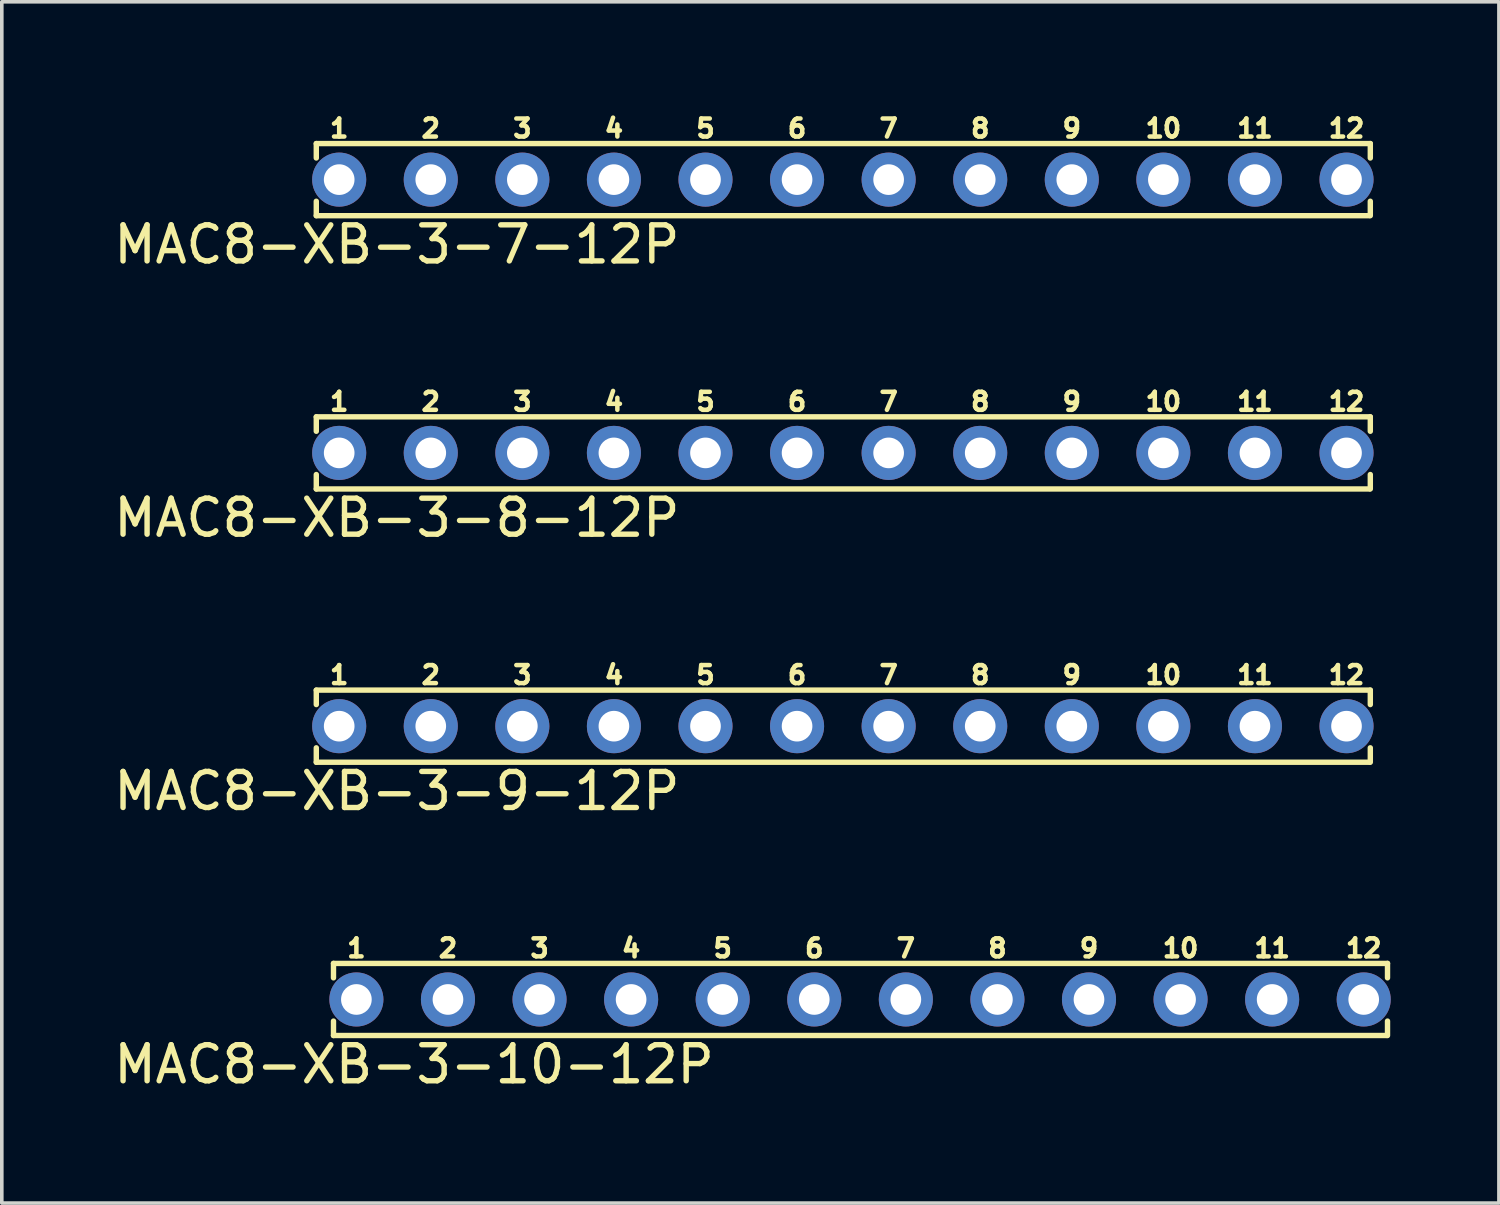
<source format=kicad_pcb>
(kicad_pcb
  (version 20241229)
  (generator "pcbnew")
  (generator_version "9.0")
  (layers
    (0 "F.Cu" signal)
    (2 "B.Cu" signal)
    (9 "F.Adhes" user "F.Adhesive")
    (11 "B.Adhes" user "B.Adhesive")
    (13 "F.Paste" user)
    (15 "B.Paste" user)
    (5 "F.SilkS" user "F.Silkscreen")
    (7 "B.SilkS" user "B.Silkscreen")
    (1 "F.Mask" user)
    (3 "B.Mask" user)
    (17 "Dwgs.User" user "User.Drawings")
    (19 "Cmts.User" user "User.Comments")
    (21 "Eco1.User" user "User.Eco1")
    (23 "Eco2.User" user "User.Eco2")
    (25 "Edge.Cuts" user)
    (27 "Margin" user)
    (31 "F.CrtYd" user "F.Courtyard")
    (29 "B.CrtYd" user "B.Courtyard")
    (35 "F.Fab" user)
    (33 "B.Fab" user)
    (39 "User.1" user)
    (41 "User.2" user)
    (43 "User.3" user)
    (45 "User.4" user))
  (footprint "MAC8-XB-3-9-12P"
    (layer "F.Cu")
    (at 6.358 17.092)
    (property "Reference" "MAC8-XB-3-9-12P" (at 1.6 1.8 0) (layer "F.SilkS") (effects (font (size 1 1) (thickness 0.15))))
    (attr through_hole)
    (fp_line (start -0.635 -1) (end -0.635 -0.6) (stroke (width 0.15) (type solid)) (layer "F.SilkS"))
    (fp_line (start -0.635 -1) (end 28.6 -1) (stroke (width 0.15) (type solid)) (layer "F.SilkS"))
    (fp_line (start -0.635 1) (end -0.635 0.6) (stroke (width 0.15) (type solid)) (layer "F.SilkS"))
    (fp_line (start -0.635 1) (end 28.575 1) (stroke (width 0.15) (type solid)) (layer "F.SilkS"))
    (fp_line (start 28.6 -1) (end 28.6 -0.6) (stroke (width 0.15) (type solid)) (layer "F.SilkS"))
    (fp_line (start 28.6 0.6) (end 28.6 1) (stroke (width 0.15) (type solid)) (layer "F.SilkS"))
    (fp_text user "12" (at 27.94 -1.42 0) (layer "F.SilkS") (effects (font (size 0.5 0.5) (thickness 0.125))))
    (fp_text user "7" (at 15.24 -1.42 0) (layer "F.SilkS") (effects (font (size 0.5 0.5) (thickness 0.125))))
    (fp_text user "2" (at 2.54 -1.42 0) (layer "F.SilkS") (effects (font (size 0.5 0.5) (thickness 0.125))))
    (fp_text user "10" (at 22.86 -1.42 0) (layer "F.SilkS") (effects (font (size 0.5 0.5) (thickness 0.125))))
    (fp_text user "4" (at 7.62 -1.42 0) (layer "F.SilkS") (effects (font (size 0.5 0.5) (thickness 0.125))))
    (fp_text user "9" (at 20.32 -1.42 0) (layer "F.SilkS") (effects (font (size 0.5 0.5) (thickness 0.125))))
    (fp_text user "3" (at 5.08 -1.42 0) (layer "F.SilkS") (effects (font (size 0.5 0.5) (thickness 0.125))))
    (fp_text user "6" (at 12.7 -1.42 0) (layer "F.SilkS") (effects (font (size 0.5 0.5) (thickness 0.125))))
    (fp_text user "5" (at 10.16 -1.42 0) (layer "F.SilkS") (effects (font (size 0.5 0.5) (thickness 0.125))))
    (fp_text user "8" (at 17.78 -1.42 0) (layer "F.SilkS") (effects (font (size 0.5 0.5) (thickness 0.125))))
    (fp_text user "11" (at 25.4 -1.42 0) (layer "F.SilkS") (effects (font (size 0.5 0.5) (thickness 0.125))))
    (fp_text user "1" (at 0 -1.42 0) (layer "F.SilkS") (effects (font (size 0.5 0.5) (thickness 0.125))))
    (pad "1" thru_hole circle (at 0 0 90) (size 1.5 1.5) (drill 0.85) (layers "*.Cu" "*.Mask"))
    (pad "2" thru_hole circle (at 2.54 0) (size 1.5 1.5) (drill 0.85) (layers "*.Cu" "*.Mask"))
    (pad "3" thru_hole circle (at 5.08 0) (size 1.5 1.5) (drill 0.85) (layers "*.Cu" "*.Mask"))
    (pad "4" thru_hole circle (at 7.62 0) (size 1.5 1.5) (drill 0.85) (layers "*.Cu" "*.Mask"))
    (pad "5" thru_hole circle (at 10.16 0) (size 1.5 1.5) (drill 0.85) (layers "*.Cu" "*.Mask"))
    (pad "6" thru_hole circle (at 12.7 0) (size 1.5 1.5) (drill 0.85) (layers "*.Cu" "*.Mask"))
    (pad "7" thru_hole circle (at 15.24 0) (size 1.5 1.5) (drill 0.85) (layers "*.Cu" "*.Mask"))
    (pad "8" thru_hole circle (at 17.78 0) (size 1.5 1.5) (drill 0.85) (layers "*.Cu" "*.Mask"))
    (pad "9" thru_hole circle (at 20.32 0) (size 1.5 1.5) (drill 0.85) (layers "*.Cu" "*.Mask"))
    (pad "10" thru_hole circle (at 22.86 0) (size 1.5 1.5) (drill 0.85) (layers "*.Cu" "*.Mask"))
    (pad "11" thru_hole circle (at 25.4 0) (size 1.5 1.5) (drill 0.85) (layers "*.Cu" "*.Mask"))
    (pad "12" thru_hole circle (at 27.94 0) (size 1.5 1.5) (drill 0.85) (layers "*.Cu" "*.Mask")))
  (footprint "MAC8-XB-3-10-12P"
    (layer "F.Cu")
    (at 6.835 24.672)
    (property "Reference" "MAC8-XB-3-10-12P" (at 1.6 1.8 0) (layer "F.SilkS") (effects (font (size 1 1) (thickness 0.15))))
    (attr through_hole)
    (fp_line (start -0.635 -1) (end -0.635 -0.6) (stroke (width 0.15) (type solid)) (layer "F.SilkS"))
    (fp_line (start -0.635 -1) (end 28.6 -1) (stroke (width 0.15) (type solid)) (layer "F.SilkS"))
    (fp_line (start -0.635 1) (end -0.635 0.6) (stroke (width 0.15) (type solid)) (layer "F.SilkS"))
    (fp_line (start -0.635 1) (end 28.575 1) (stroke (width 0.15) (type solid)) (layer "F.SilkS"))
    (fp_line (start 28.6 -1) (end 28.6 -0.6) (stroke (width 0.15) (type solid)) (layer "F.SilkS"))
    (fp_line (start 28.6 0.6) (end 28.6 1) (stroke (width 0.15) (type solid)) (layer "F.SilkS"))
    (fp_text user "4" (at 7.62 -1.42 0) (layer "F.SilkS") (effects (font (size 0.5 0.5) (thickness 0.125))))
    (fp_text user "1" (at 0 -1.42 0) (layer "F.SilkS") (effects (font (size 0.5 0.5) (thickness 0.125))))
    (fp_text user "5" (at 10.16 -1.42 0) (layer "F.SilkS") (effects (font (size 0.5 0.5) (thickness 0.125))))
    (fp_text user "2" (at 2.54 -1.42 0) (layer "F.SilkS") (effects (font (size 0.5 0.5) (thickness 0.125))))
    (fp_text user "7" (at 15.24 -1.42 0) (layer "F.SilkS") (effects (font (size 0.5 0.5) (thickness 0.125))))
    (fp_text user "8" (at 17.78 -1.42 0) (layer "F.SilkS") (effects (font (size 0.5 0.5) (thickness 0.125))))
    (fp_text user "12" (at 27.94 -1.42 0) (layer "F.SilkS") (effects (font (size 0.5 0.5) (thickness 0.125))))
    (fp_text user "9" (at 20.32 -1.42 0) (layer "F.SilkS") (effects (font (size 0.5 0.5) (thickness 0.125))))
    (fp_text user "6" (at 12.7 -1.42 0) (layer "F.SilkS") (effects (font (size 0.5 0.5) (thickness 0.125))))
    (fp_text user "3" (at 5.08 -1.42 0) (layer "F.SilkS") (effects (font (size 0.5 0.5) (thickness 0.125))))
    (fp_text user "11" (at 25.4 -1.42 0) (layer "F.SilkS") (effects (font (size 0.5 0.5) (thickness 0.125))))
    (fp_text user "10" (at 22.86 -1.42 0) (layer "F.SilkS") (effects (font (size 0.5 0.5) (thickness 0.125))))
    (pad "1" thru_hole circle (at 0 0 90) (size 1.5 1.5) (drill 0.85) (layers "*.Cu" "*.Mask"))
    (pad "2" thru_hole circle (at 2.54 0) (size 1.5 1.5) (drill 0.85) (layers "*.Cu" "*.Mask"))
    (pad "3" thru_hole circle (at 5.08 0) (size 1.5 1.5) (drill 0.85) (layers "*.Cu" "*.Mask"))
    (pad "4" thru_hole circle (at 7.62 0) (size 1.5 1.5) (drill 0.85) (layers "*.Cu" "*.Mask"))
    (pad "5" thru_hole circle (at 10.16 0) (size 1.5 1.5) (drill 0.85) (layers "*.Cu" "*.Mask"))
    (pad "6" thru_hole circle (at 12.7 0) (size 1.5 1.5) (drill 0.85) (layers "*.Cu" "*.Mask"))
    (pad "7" thru_hole circle (at 15.24 0) (size 1.5 1.5) (drill 0.85) (layers "*.Cu" "*.Mask"))
    (pad "8" thru_hole circle (at 17.78 0) (size 1.5 1.5) (drill 0.85) (layers "*.Cu" "*.Mask"))
    (pad "9" thru_hole circle (at 20.32 0) (size 1.5 1.5) (drill 0.85) (layers "*.Cu" "*.Mask"))
    (pad "10" thru_hole circle (at 22.86 0) (size 1.5 1.5) (drill 0.85) (layers "*.Cu" "*.Mask"))
    (pad "11" thru_hole circle (at 25.4 0) (size 1.5 1.5) (drill 0.85) (layers "*.Cu" "*.Mask"))
    (pad "12" thru_hole circle (at 27.94 0) (size 1.5 1.5) (drill 0.85) (layers "*.Cu" "*.Mask")))
  (footprint "MAC8-XB-3-8-12P"
    (layer "F.Cu")
    (at 6.358 9.512)
    (property "Reference" "MAC8-XB-3-8-12P" (at 1.6 1.8 0) (layer "F.SilkS") (effects (font (size 1 1) (thickness 0.15))))
    (attr through_hole)
    (fp_line (start -0.635 -1) (end -0.635 -0.6) (stroke (width 0.15) (type solid)) (layer "F.SilkS"))
    (fp_line (start -0.635 -1) (end 28.6 -1) (stroke (width 0.15) (type solid)) (layer "F.SilkS"))
    (fp_line (start -0.635 1) (end -0.635 0.6) (stroke (width 0.15) (type solid)) (layer "F.SilkS"))
    (fp_line (start -0.635 1) (end 28.575 1) (stroke (width 0.15) (type solid)) (layer "F.SilkS"))
    (fp_line (start 28.6 -1) (end 28.6 -0.6) (stroke (width 0.15) (type solid)) (layer "F.SilkS"))
    (fp_line (start 28.6 0.6) (end 28.6 1) (stroke (width 0.15) (type solid)) (layer "F.SilkS"))
    (fp_text user "2" (at 2.54 -1.42 0) (layer "F.SilkS") (effects (font (size 0.5 0.5) (thickness 0.125))))
    (fp_text user "7" (at 15.24 -1.42 0) (layer "F.SilkS") (effects (font (size 0.5 0.5) (thickness 0.125))))
    (fp_text user "9" (at 20.32 -1.42 0) (layer "F.SilkS") (effects (font (size 0.5 0.5) (thickness 0.125))))
    (fp_text user "5" (at 10.16 -1.42 0) (layer "F.SilkS") (effects (font (size 0.5 0.5) (thickness 0.125))))
    (fp_text user "1" (at 0 -1.42 0) (layer "F.SilkS") (effects (font (size 0.5 0.5) (thickness 0.125))))
    (fp_text user "12" (at 27.94 -1.42 0) (layer "F.SilkS") (effects (font (size 0.5 0.5) (thickness 0.125))))
    (fp_text user "11" (at 25.4 -1.42 0) (layer "F.SilkS") (effects (font (size 0.5 0.5) (thickness 0.125))))
    (fp_text user "8" (at 17.78 -1.42 0) (layer "F.SilkS") (effects (font (size 0.5 0.5) (thickness 0.125))))
    (fp_text user "3" (at 5.08 -1.42 0) (layer "F.SilkS") (effects (font (size 0.5 0.5) (thickness 0.125))))
    (fp_text user "10" (at 22.86 -1.42 0) (layer "F.SilkS") (effects (font (size 0.5 0.5) (thickness 0.125))))
    (fp_text user "4" (at 7.62 -1.42 0) (layer "F.SilkS") (effects (font (size 0.5 0.5) (thickness 0.125))))
    (fp_text user "6" (at 12.7 -1.42 0) (layer "F.SilkS") (effects (font (size 0.5 0.5) (thickness 0.125))))
    (pad "1" thru_hole circle (at 0 0 90) (size 1.5 1.5) (drill 0.85) (layers "*.Cu" "*.Mask"))
    (pad "2" thru_hole circle (at 2.54 0) (size 1.5 1.5) (drill 0.85) (layers "*.Cu" "*.Mask"))
    (pad "3" thru_hole circle (at 5.08 0) (size 1.5 1.5) (drill 0.85) (layers "*.Cu" "*.Mask"))
    (pad "4" thru_hole circle (at 7.62 0) (size 1.5 1.5) (drill 0.85) (layers "*.Cu" "*.Mask"))
    (pad "5" thru_hole circle (at 10.16 0) (size 1.5 1.5) (drill 0.85) (layers "*.Cu" "*.Mask"))
    (pad "6" thru_hole circle (at 12.7 0) (size 1.5 1.5) (drill 0.85) (layers "*.Cu" "*.Mask"))
    (pad "7" thru_hole circle (at 15.24 0) (size 1.5 1.5) (drill 0.85) (layers "*.Cu" "*.Mask"))
    (pad "8" thru_hole circle (at 17.78 0) (size 1.5 1.5) (drill 0.85) (layers "*.Cu" "*.Mask"))
    (pad "9" thru_hole circle (at 20.32 0) (size 1.5 1.5) (drill 0.85) (layers "*.Cu" "*.Mask"))
    (pad "10" thru_hole circle (at 22.86 0) (size 1.5 1.5) (drill 0.85) (layers "*.Cu" "*.Mask"))
    (pad "11" thru_hole circle (at 25.4 0) (size 1.5 1.5) (drill 0.85) (layers "*.Cu" "*.Mask"))
    (pad "12" thru_hole circle (at 27.94 0) (size 1.5 1.5) (drill 0.85) (layers "*.Cu" "*.Mask")))
  (footprint "MAC8-XB-3-7-12P"
    (layer "F.Cu")
    (at 6.358 1.932)
    (property "Reference" "MAC8-XB-3-7-12P" (at 1.6 1.8 0) (layer "F.SilkS") (effects (font (size 1 1) (thickness 0.15))))
    (attr through_hole)
    (fp_line (start -0.635 -1) (end -0.635 -0.6) (stroke (width 0.15) (type solid)) (layer "F.SilkS"))
    (fp_line (start -0.635 -1) (end 28.6 -1) (stroke (width 0.15) (type solid)) (layer "F.SilkS"))
    (fp_line (start -0.635 1) (end -0.635 0.6) (stroke (width 0.15) (type solid)) (layer "F.SilkS"))
    (fp_line (start -0.635 1) (end 28.575 1) (stroke (width 0.15) (type solid)) (layer "F.SilkS"))
    (fp_line (start 28.6 -1) (end 28.6 -0.6) (stroke (width 0.15) (type solid)) (layer "F.SilkS"))
    (fp_line (start 28.6 0.6) (end 28.6 1) (stroke (width 0.15) (type solid)) (layer "F.SilkS"))
    (fp_text user "5" (at 10.16 -1.42 0) (layer "F.SilkS") (effects (font (size 0.5 0.5) (thickness 0.125))))
    (fp_text user "10" (at 22.86 -1.42 0) (layer "F.SilkS") (effects (font (size 0.5 0.5) (thickness 0.125))))
    (fp_text user "1" (at 0 -1.42 0) (layer "F.SilkS") (effects (font (size 0.5 0.5) (thickness 0.125))))
    (fp_text user "7" (at 15.24 -1.42 0) (layer "F.SilkS") (effects (font (size 0.5 0.5) (thickness 0.125))))
    (fp_text user "6" (at 12.7 -1.42 0) (layer "F.SilkS") (effects (font (size 0.5 0.5) (thickness 0.125))))
    (fp_text user "3" (at 5.08 -1.42 0) (layer "F.SilkS") (effects (font (size 0.5 0.5) (thickness 0.125))))
    (fp_text user "9" (at 20.32 -1.42 0) (layer "F.SilkS") (effects (font (size 0.5 0.5) (thickness 0.125))))
    (fp_text user "12" (at 27.94 -1.42 0) (layer "F.SilkS") (effects (font (size 0.5 0.5) (thickness 0.125))))
    (fp_text user "11" (at 25.4 -1.42 0) (layer "F.SilkS") (effects (font (size 0.5 0.5) (thickness 0.125))))
    (fp_text user "2" (at 2.54 -1.42 0) (layer "F.SilkS") (effects (font (size 0.5 0.5) (thickness 0.125))))
    (fp_text user "8" (at 17.78 -1.42 0) (layer "F.SilkS") (effects (font (size 0.5 0.5) (thickness 0.125))))
    (fp_text user "4" (at 7.62 -1.42 0) (layer "F.SilkS") (effects (font (size 0.5 0.5) (thickness 0.125))))
    (pad "1" thru_hole circle (at 0 0 90) (size 1.5 1.5) (drill 0.85) (layers "*.Cu" "*.Mask"))
    (pad "2" thru_hole circle (at 2.54 0) (size 1.5 1.5) (drill 0.85) (layers "*.Cu" "*.Mask"))
    (pad "3" thru_hole circle (at 5.08 0) (size 1.5 1.5) (drill 0.85) (layers "*.Cu" "*.Mask"))
    (pad "4" thru_hole circle (at 7.62 0) (size 1.5 1.5) (drill 0.85) (layers "*.Cu" "*.Mask"))
    (pad "5" thru_hole circle (at 10.16 0) (size 1.5 1.5) (drill 0.85) (layers "*.Cu" "*.Mask"))
    (pad "6" thru_hole circle (at 12.7 0) (size 1.5 1.5) (drill 0.85) (layers "*.Cu" "*.Mask"))
    (pad "7" thru_hole circle (at 15.24 0) (size 1.5 1.5) (drill 0.85) (layers "*.Cu" "*.Mask"))
    (pad "8" thru_hole circle (at 17.78 0) (size 1.5 1.5) (drill 0.85) (layers "*.Cu" "*.Mask"))
    (pad "9" thru_hole circle (at 20.32 0) (size 1.5 1.5) (drill 0.85) (layers "*.Cu" "*.Mask"))
    (pad "10" thru_hole circle (at 22.86 0) (size 1.5 1.5) (drill 0.85) (layers "*.Cu" "*.Mask"))
    (pad "11" thru_hole circle (at 25.4 0) (size 1.5 1.5) (drill 0.85) (layers "*.Cu" "*.Mask"))
    (pad "12" thru_hole circle (at 27.94 0) (size 1.5 1.5) (drill 0.85) (layers "*.Cu" "*.Mask")))
  (gr_rect
    (start -3 -3)
    (end 38.525 30.32)
    (stroke (width 0.1) (type default))
    (fill no)
    (layer "Edge.Cuts")))
</source>
